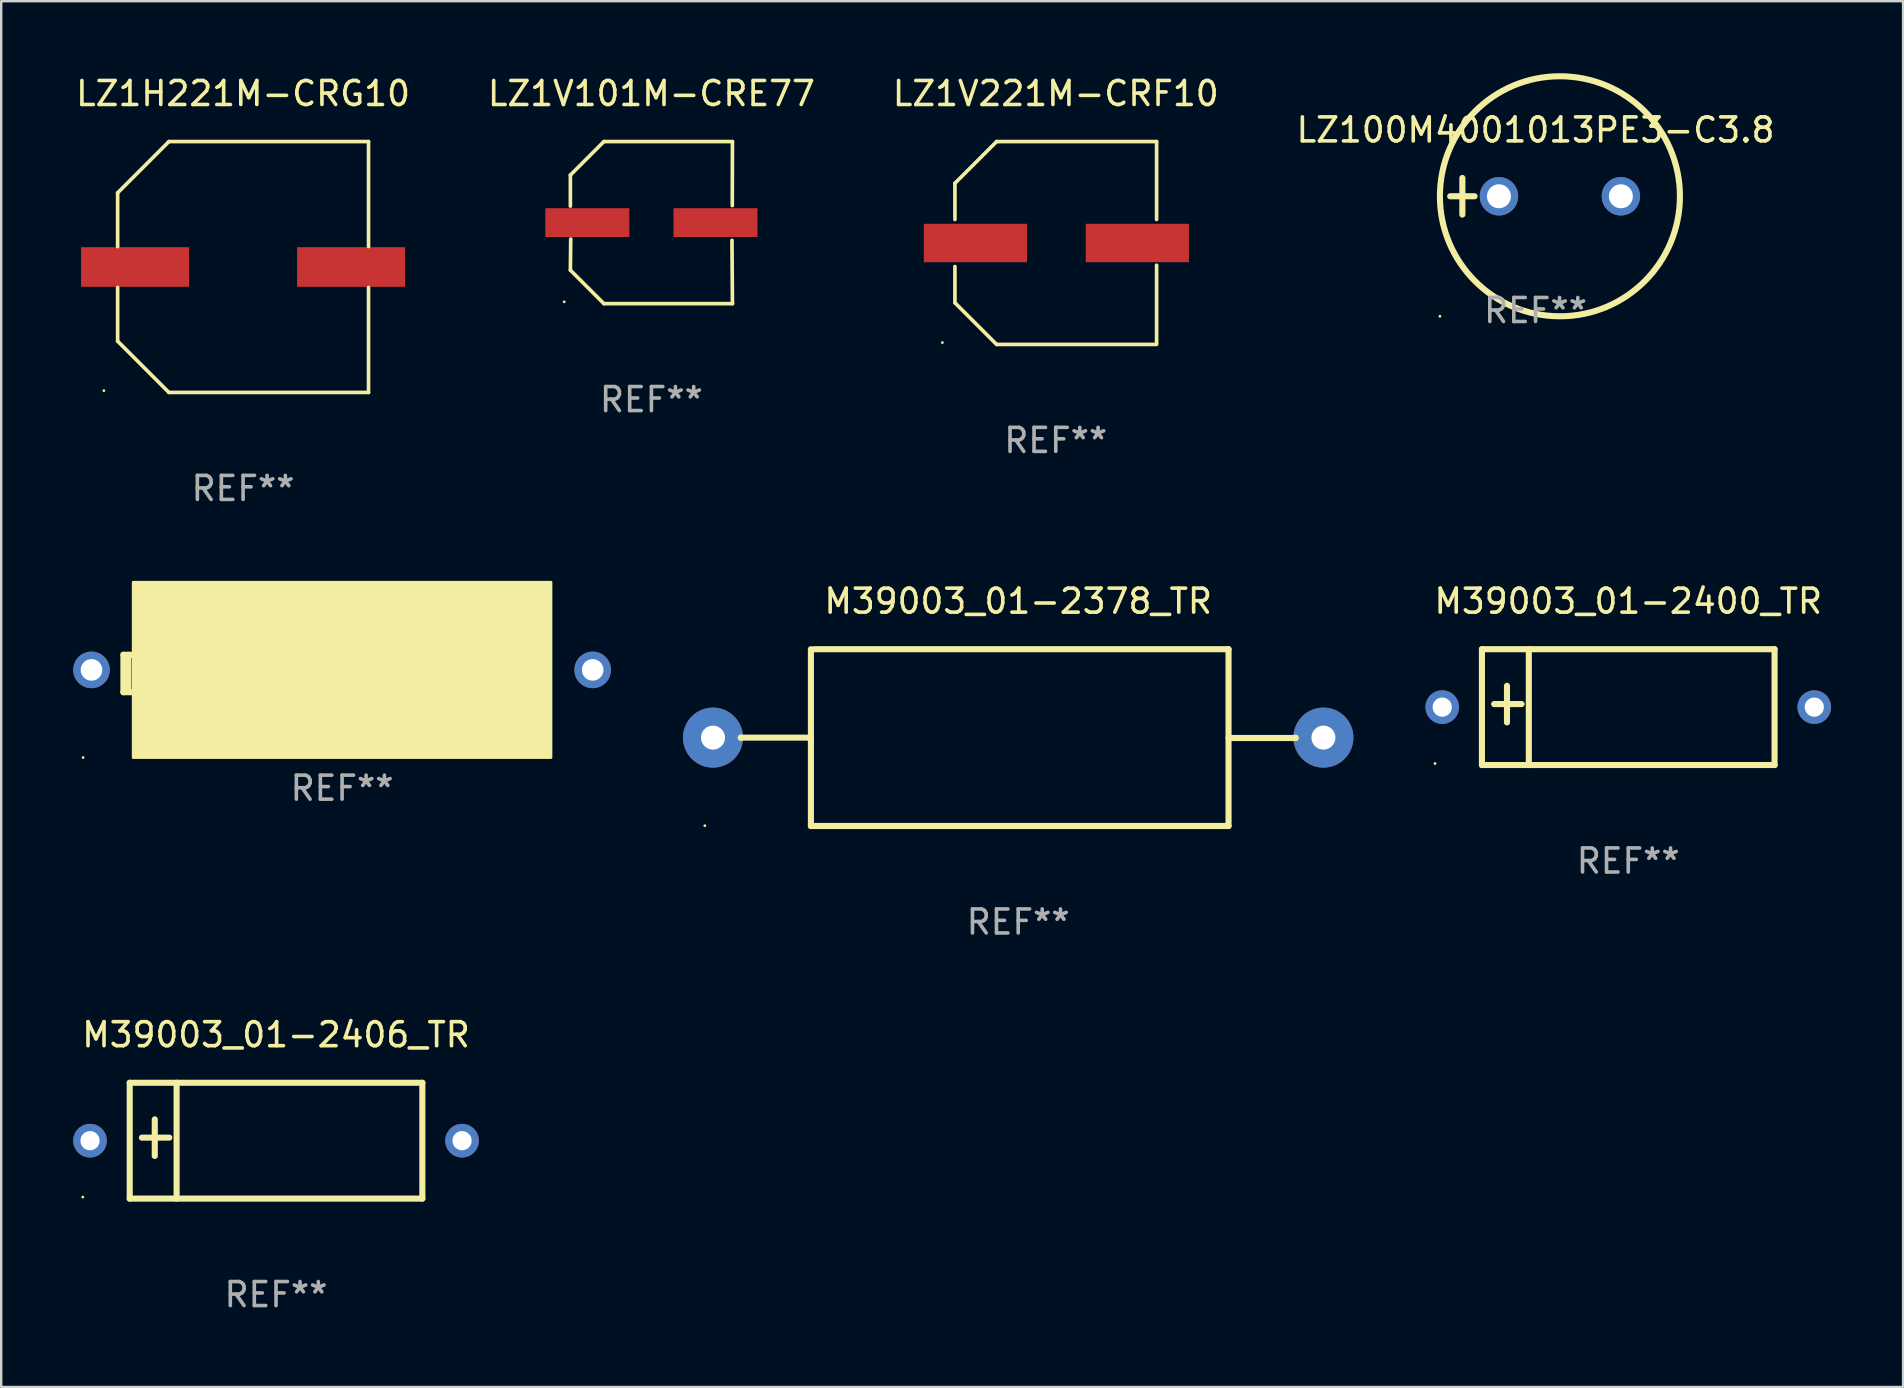
<source format=kicad_pcb>
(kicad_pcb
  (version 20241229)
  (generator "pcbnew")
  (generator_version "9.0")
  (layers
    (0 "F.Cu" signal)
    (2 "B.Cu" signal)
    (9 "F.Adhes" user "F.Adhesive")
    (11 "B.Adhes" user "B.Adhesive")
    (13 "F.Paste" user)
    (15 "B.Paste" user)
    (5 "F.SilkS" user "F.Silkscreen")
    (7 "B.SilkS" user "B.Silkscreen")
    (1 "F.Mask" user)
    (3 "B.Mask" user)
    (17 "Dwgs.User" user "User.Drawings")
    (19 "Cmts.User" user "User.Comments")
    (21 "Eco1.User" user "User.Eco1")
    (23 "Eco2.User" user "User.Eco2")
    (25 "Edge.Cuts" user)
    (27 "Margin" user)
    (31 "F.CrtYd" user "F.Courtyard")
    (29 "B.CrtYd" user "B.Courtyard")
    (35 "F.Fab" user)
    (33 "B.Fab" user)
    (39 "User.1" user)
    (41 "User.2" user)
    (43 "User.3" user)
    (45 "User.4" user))
  (footprint "M39003_01-2406_TR"
    (layer "F.Cu")
    (at 8.45 44.473)
    (property "Reference" "M39003_01-2406_TR" (at 0 -4.413 0) (layer "F.SilkS") (effects (font (size 1 1) (thickness 0.15))))
    (attr through_hole)
    (fp_line (start -6.096 -2.413) (end -6.096 2.413) (stroke (width 0.254) (type solid)) (layer "F.SilkS"))
    (fp_line (start -6.096 2.413) (end 6.096 2.413) (stroke (width 0.254) (type solid)) (layer "F.SilkS"))
    (fp_line (start -5.588 -0.127) (end -4.445 -0.127) (stroke (width 0.254) (type solid)) (layer "F.SilkS"))
    (fp_line (start -5.052 -0.888) (end -5.052 0.636) (stroke (width 0.254) (type solid)) (layer "F.SilkS"))
    (fp_line (start -4.143 -2.413) (end -4.143 2.413) (stroke (width 0.254) (type solid)) (layer "F.SilkS"))
    (fp_line (start 6.096 -2.413) (end -6.096 -2.413) (stroke (width 0.254) (type solid)) (layer "F.SilkS"))
    (fp_line (start 6.096 2.413) (end 6.096 -2.413) (stroke (width 0.254) (type solid)) (layer "F.SilkS"))
    (fp_circle (center -8.05 2.35) (end -8.02 2.35) (stroke (width 0.06) (type solid)) (fill no) (layer "F.SilkS"))
    (fp_text user "REF**" (at 0 6.413 0) (layer "F.Fab") (effects (font (size 1 1) (thickness 0.15))))
    (pad "1" thru_hole circle (at -7.75 0) (size 1.4 1.4) (drill 0.8) (layers "*.Cu" "*.Mask"))
    (pad "2" thru_hole circle (at 7.75 0) (size 1.4 1.4) (drill 0.8) (layers "*.Cu" "*.Mask")))
  (footprint "LZ1H221M-CRG10"
    (layer "F.Cu")
    (at 7.077 8.074)
    (property "Reference" "LZ1H221M-CRG10" (at 0 -7.226 0) (layer "F.SilkS") (effects (font (size 1 1) (thickness 0.15))))
    (attr through_hole)
    (fp_line (start -5.226 -3.09) (end -5.226 -0.852) (stroke (width 0.152) (type solid)) (layer "F.SilkS"))
    (fp_line (start -5.226 3.09) (end -5.226 0.852) (stroke (width 0.152) (type solid)) (layer "F.SilkS"))
    (fp_line (start -3.09 -5.226) (end -5.226 -3.09) (stroke (width 0.152) (type solid)) (layer "F.SilkS"))
    (fp_line (start -3.09 5.226) (end -5.226 3.09) (stroke (width 0.152) (type solid)) (layer "F.SilkS"))
    (fp_line (start 5.226 -5.226) (end -3.09 -5.226) (stroke (width 0.152) (type solid)) (layer "F.SilkS"))
    (fp_line (start 5.226 -0.852) (end 5.226 -5.226) (stroke (width 0.152) (type solid)) (layer "F.SilkS"))
    (fp_line (start 5.226 0.852) (end 5.226 5.226) (stroke (width 0.152) (type solid)) (layer "F.SilkS"))
    (fp_line (start 5.226 5.226) (end -3.09 5.226) (stroke (width 0.152) (type solid)) (layer "F.SilkS"))
    (fp_circle (center -5.8 5.15) (end -5.77 5.15) (stroke (width 0.06) (type solid)) (fill no) (layer "F.SilkS"))
    (fp_text user "REF**" (at 0 9.226 0) (layer "F.Fab") (effects (font (size 1 1) (thickness 0.15))))
    (pad "1" smd rect (at -4.5 0) (size 4.5 1.65) (layers "F.Cu" "F.Mask" "F.Paste"))
    (pad "2" smd rect (at 4.5 0) (size 4.5 1.65) (layers "F.Cu" "F.Mask" "F.Paste")))
  (footprint "M39003_01-2378_TR"
    (layer "F.Cu")
    (at 39.37 27.68)
    (property "Reference" "M39003_01-2378_TR" (at 0 -5.683 0) (layer "F.SilkS") (effects (font (size 1 1) (thickness 0.15))))
    (attr through_hole)
    (fp_line (start -11.557 0.002) (end -11.557 0) (stroke (width 0.254) (type solid)) (layer "F.SilkS"))
    (fp_line (start -8.636 -3.683) (end -8.636 3.683) (stroke (width 0.254) (type solid)) (layer "F.SilkS"))
    (fp_line (start -8.636 0.002) (end -11.557 0.002) (stroke (width 0.254) (type solid)) (layer "F.SilkS"))
    (fp_line (start -8.636 3.683) (end 8.763 3.683) (stroke (width 0.254) (type solid)) (layer "F.SilkS"))
    (fp_line (start 8.763 -3.683) (end -8.509 -3.683) (stroke (width 0.254) (type solid)) (layer "F.SilkS"))
    (fp_line (start 8.763 0.016) (end 11.557 0.016) (stroke (width 0.254) (type solid)) (layer "F.SilkS"))
    (fp_line (start 8.763 3.683) (end 8.763 -3.683) (stroke (width 0.254) (type solid)) (layer "F.SilkS"))
    (fp_line (start 11.557 0.016) (end 11.557 0) (stroke (width 0.254) (type solid)) (layer "F.SilkS"))
    (fp_circle (center -13.056 3.67) (end -13.026 3.67) (stroke (width 0.06) (type solid)) (fill no) (layer "F.SilkS"))
    (fp_text user "REF**" (at 0 7.683 0) (layer "F.Fab") (effects (font (size 1 1) (thickness 0.15))))
    (pad "1" thru_hole circle (at -12.716 0) (size 2.5 2.5) (drill 1) (layers "*.Cu" "*.Mask"))
    (pad "2" thru_hole circle (at 12.716 0) (size 2.5 2.5) (drill 1) (layers "*.Cu" "*.Mask")))
  (footprint "LZ1V101M-CRE77"
    (layer "F.Cu")
    (at 24.089 6.224)
    (property "Reference" "LZ1V101M-CRE77" (at 0 -5.376 0) (layer "F.SilkS") (effects (font (size 1 1) (thickness 0.15))))
    (attr through_hole)
    (fp_line (start -3.376 -1.98) (end -3.376 -0.686) (stroke (width 0.152) (type solid)) (layer "F.SilkS"))
    (fp_line (start -3.376 1.981) (end -3.362 0.686) (stroke (width 0.152) (type solid)) (layer "F.SilkS"))
    (fp_line (start -1.981 3.376) (end -3.376 1.981) (stroke (width 0.152) (type solid)) (layer "F.SilkS"))
    (fp_line (start -1.98 -3.376) (end -3.376 -1.98) (stroke (width 0.152) (type solid)) (layer "F.SilkS"))
    (fp_line (start 3.356 0.74) (end 3.376 3.376) (stroke (width 0.152) (type solid)) (layer "F.SilkS"))
    (fp_line (start 3.369 -0.707) (end 3.376 -3.376) (stroke (width 0.152) (type solid)) (layer "F.SilkS"))
    (fp_line (start 3.376 3.376) (end -1.981 3.376) (stroke (width 0.152) (type solid)) (layer "F.SilkS"))
    (fp_line (start 3.376 -3.376) (end -1.98 -3.376) (stroke (width 0.152) (type solid)) (layer "F.SilkS"))
    (fp_circle (center -3.634 3.3) (end -3.604 3.3) (stroke (width 0.06) (type solid)) (fill no) (layer "F.SilkS"))
    (fp_text user "REF**" (at 0 7.376 0) (layer "F.Fab") (effects (font (size 1 1) (thickness 0.15))))
    (pad "1" smd rect (at -2.67 0.000254) (size 3.5 1.2) (layers "F.Cu" "F.Mask" "F.Paste"))
    (pad "2" smd rect (at 2.67 0.000254) (size 3.5 1.2) (layers "F.Cu" "F.Mask" "F.Paste")))
  (footprint "LZ100M4001013PE3-C3.8"
    (layer "F.Cu")
    (at 60.923 5.127)
    (property "Reference" "LZ100M4001013PE3-C3.8" (at 0 -2.762 0) (layer "F.SilkS") (effects (font (size 1 1) (thickness 0.15))))
    (attr through_hole)
    (fp_line (start -3.556 0) (end -2.54 0) (stroke (width 0.254) (type solid)) (layer "F.SilkS"))
    (fp_line (start -3.048 -0.762) (end -3.048 0.762) (stroke (width 0.254) (type solid)) (layer "F.SilkS"))
    (fp_circle (center -3.984 5) (end -3.954 5) (stroke (width 0.06) (type solid)) (fill no) (layer "F.SilkS"))
    (fp_circle (center 1.016 0) (end 6.016 0) (stroke (width 0.254) (type solid)) (fill no) (layer "F.SilkS"))
    (fp_text user "REF**" (at 0 4.762 0) (layer "F.Fab") (effects (font (size 1 1) (thickness 0.15))))
    (pad "1" thru_hole circle (at -1.524 0) (size 1.6 1.6) (drill 1) (layers "*.Cu" "*.Mask"))
    (pad "2" thru_hole circle (at 3.556 0) (size 1.6 1.6) (drill 1) (layers "*.Cu" "*.Mask")))
  (footprint "M39003_01-2400_TR"
    (layer "F.Cu")
    (at 64.786 26.41)
    (property "Reference" "M39003_01-2400_TR" (at 0 -4.413 0) (layer "F.SilkS") (effects (font (size 1 1) (thickness 0.15))))
    (attr through_hole)
    (fp_line (start -6.096 -2.413) (end -6.096 2.413) (stroke (width 0.254) (type solid)) (layer "F.SilkS"))
    (fp_line (start -6.096 2.413) (end 6.096 2.413) (stroke (width 0.254) (type solid)) (layer "F.SilkS"))
    (fp_line (start -5.588 -0.127) (end -4.445 -0.127) (stroke (width 0.254) (type solid)) (layer "F.SilkS"))
    (fp_line (start -5.052 -0.888) (end -5.052 0.636) (stroke (width 0.254) (type solid)) (layer "F.SilkS"))
    (fp_line (start -4.143 -2.413) (end -4.143 2.413) (stroke (width 0.254) (type solid)) (layer "F.SilkS"))
    (fp_line (start 6.096 -2.413) (end -6.096 -2.413) (stroke (width 0.254) (type solid)) (layer "F.SilkS"))
    (fp_line (start 6.096 2.413) (end 6.096 -2.413) (stroke (width 0.254) (type solid)) (layer "F.SilkS"))
    (fp_circle (center -8.05 2.35) (end -8.02 2.35) (stroke (width 0.06) (type solid)) (fill no) (layer "F.SilkS"))
    (fp_text user "REF**" (at 0 6.413 0) (layer "F.Fab") (effects (font (size 1 1) (thickness 0.15))))
    (pad "1" thru_hole circle (at -7.75 0) (size 1.4 1.4) (drill 0.8) (layers "*.Cu" "*.Mask"))
    (pad "2" thru_hole circle (at 7.75 0) (size 1.4 1.4) (drill 0.8) (layers "*.Cu" "*.Mask")))
  (footprint "LZ1V221M-CRF10"
    (layer "F.Cu")
    (at 40.935 7.074)
    (property "Reference" "LZ1V221M-CRF10" (at 0 -6.226 0) (layer "F.SilkS") (effects (font (size 1 1) (thickness 0.15))))
    (attr through_hole)
    (fp_line (start -4.201 -0.98) (end -4.201 -2.49) (stroke (width 0.152) (type solid)) (layer "F.SilkS"))
    (fp_line (start -4.201 2.49) (end -4.201 0.98) (stroke (width 0.152) (type solid)) (layer "F.SilkS"))
    (fp_line (start -2.465 -4.226) (end -4.201 -2.49) (stroke (width 0.152) (type solid)) (layer "F.SilkS"))
    (fp_line (start -2.465 4.226) (end -4.201 2.49) (stroke (width 0.152) (type solid)) (layer "F.SilkS"))
    (fp_line (start 4.201 -4.226) (end -2.465 -4.226) (stroke (width 0.152) (type solid)) (layer "F.SilkS"))
    (fp_line (start 4.201 -4.226) (end 4.201 -0.98) (stroke (width 0.152) (type solid)) (layer "F.SilkS"))
    (fp_line (start 4.201 0.926) (end 4.201 4.172) (stroke (width 0.152) (type solid)) (layer "F.SilkS"))
    (fp_line (start 4.201 4.226) (end -2.465 4.226) (stroke (width 0.152) (type solid)) (layer "F.SilkS"))
    (fp_circle (center -4.725 4.15) (end -4.695 4.15) (stroke (width 0.06) (type solid)) (fill no) (layer "F.SilkS"))
    (fp_text user "REF**" (at 0 8.226 0) (layer "F.Fab") (effects (font (size 1 1) (thickness 0.15))))
    (pad "1" smd rect (at -3.347 0) (size 4.3 1.6) (layers "F.Cu" "F.Mask" "F.Paste"))
    (pad "2" smd rect (at 3.399 0) (size 4.3 1.6) (layers "F.Cu" "F.Mask" "F.Paste")))
  (footprint "M39003_01-2377_TR"
    (layer "F.Cu")
    (at 11.202 25.009)
    (property "Reference" "M39003_01-2377_TR" (at 0 -2.78 0) (layer "F.SilkS") (effects (font (size 1 1) (thickness 0.15))))
    (attr through_hole)
    (fp_line (start -9.11 -0.78) (end -9.11 0.78) (stroke (width 0.254) (type solid)) (layer "F.SilkS"))
    (fp_line (start -9.11 0.78) (end -8.74 0.78) (stroke (width 0.254) (type solid)) (layer "F.SilkS"))
    (fp_line (start -8.904 -0.78) (end -8.904 0.65) (stroke (width 0.254) (type solid)) (layer "F.SilkS"))
    (fp_line (start -8.76 -0.78) (end -9.11 -0.78) (stroke (width 0.254) (type solid)) (layer "F.SilkS"))
    (fp_circle (center -10.79 3.5) (end -10.76 3.5) (stroke (width 0.06) (type solid)) (fill no) (layer "F.SilkS"))
    (fp_poly (pts (xy -8.7 -3.8) (xy 8.7 -3.8) (xy 8.7 3.5) (xy -8.7 3.5)) (stroke (width 0.12) (type solid)) (fill yes) (layer "F.SilkS"))
    (fp_text user "REF**" (at 0 4.78 0) (layer "F.Fab") (effects (font (size 1 1) (thickness 0.15))))
    (pad "1" thru_hole circle (at -10.44 -0.15) (size 1.524 1.524) (drill 0.9) (layers "*.Cu" "*.Mask"))
    (pad "2" thru_hole circle (at 10.44 -0.15) (size 1.524 1.524) (drill 0.9) (layers "*.Cu" "*.Mask")))
  (gr_rect
    (start -3 -3)
    (end 76.236 54.734)
    (stroke (width 0.1) (type default))
    (fill no)
    (layer "Edge.Cuts")))
</source>
